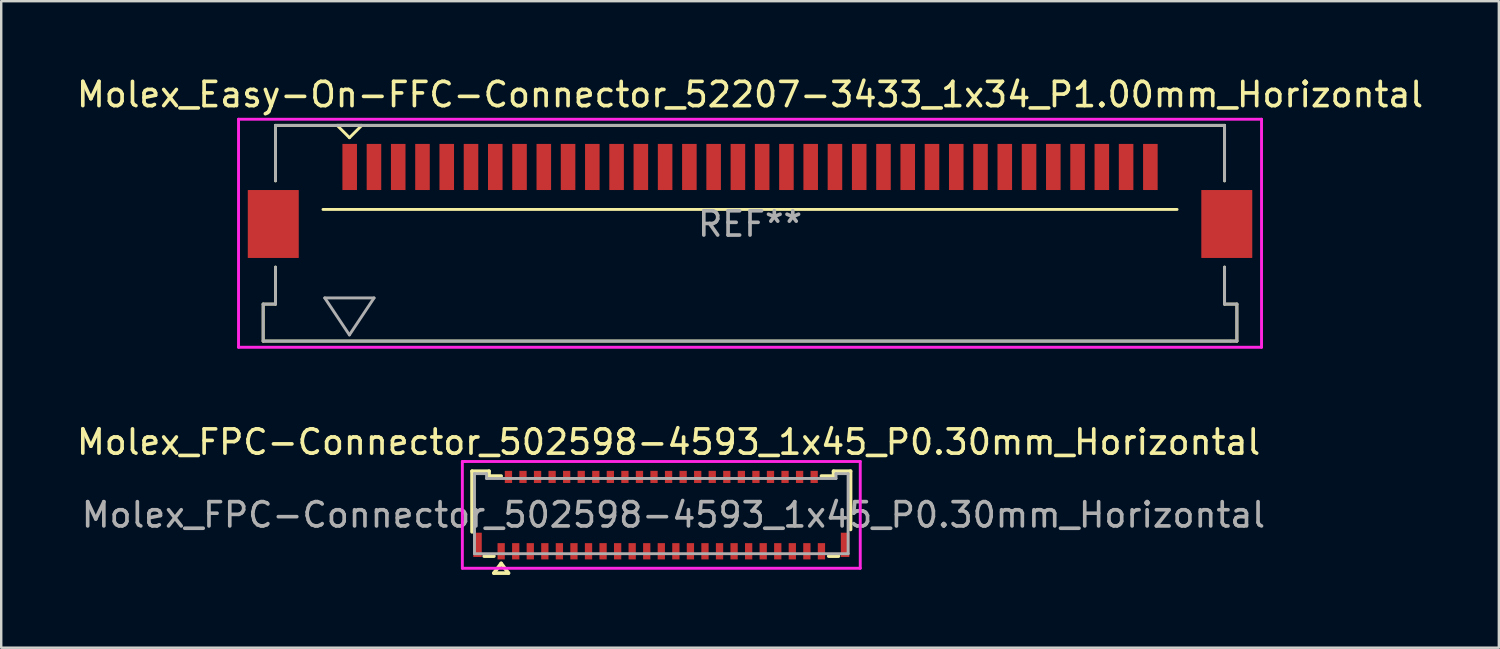
<source format=kicad_pcb>
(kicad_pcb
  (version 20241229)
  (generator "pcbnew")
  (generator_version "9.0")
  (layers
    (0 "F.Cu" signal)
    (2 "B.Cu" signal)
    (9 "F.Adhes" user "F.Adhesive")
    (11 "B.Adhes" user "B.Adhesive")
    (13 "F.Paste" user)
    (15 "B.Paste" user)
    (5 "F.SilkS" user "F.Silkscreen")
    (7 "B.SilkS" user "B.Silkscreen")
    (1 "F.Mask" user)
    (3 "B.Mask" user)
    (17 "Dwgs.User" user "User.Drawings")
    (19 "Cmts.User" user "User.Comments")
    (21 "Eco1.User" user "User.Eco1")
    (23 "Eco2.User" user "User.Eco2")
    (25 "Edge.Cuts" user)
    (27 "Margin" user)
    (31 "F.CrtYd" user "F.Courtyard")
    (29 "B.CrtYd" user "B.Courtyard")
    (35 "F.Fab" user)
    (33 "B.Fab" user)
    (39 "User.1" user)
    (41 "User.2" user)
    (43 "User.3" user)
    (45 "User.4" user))
  (footprint "Molex_Easy-On-FFC-Connector_52207-3433_1x34_P1.00mm_Horizontal"
    (layer "F.Cu")
    (at 27.863 6.182)
    (property "Reference" "Molex_Easy-On-FFC-Connector_52207-3433_1x34_P1.00mm_Horizontal" (at 0 -5.334 0) (layer "F.SilkS") (effects (font (size 1 1) (thickness 0.15))))
    (attr smd)
    (fp_line (start -20.066 3.302) (end -19.558 3.302) (stroke (width 0.12) (type solid)) (layer "F.SilkS"))
    (fp_line (start -20.066 4.826) (end -20.066 3.302) (stroke (width 0.12) (type solid)) (layer "F.SilkS"))
    (fp_line (start -19.558 -4.064) (end 19.558 -4.064) (stroke (width 0.12) (type solid)) (layer "F.SilkS"))
    (fp_line (start -19.558 -1.778) (end -19.558 -4.064) (stroke (width 0.12) (type solid)) (layer "F.SilkS"))
    (fp_line (start -19.558 3.302) (end -19.558 1.778) (stroke (width 0.12) (type solid)) (layer "F.SilkS"))
    (fp_line (start -17.6 -0.6) (end 17.6 -0.6) (stroke (width 0.12) (type solid)) (layer "F.SilkS"))
    (fp_line (start -17.018 -4.064) (end -16.51 -3.556) (stroke (width 0.12) (type solid)) (layer "F.SilkS"))
    (fp_line (start -16.51 -3.556) (end -16.002 -4.064) (stroke (width 0.12) (type solid)) (layer "F.SilkS"))
    (fp_line (start -16.002 -4.064) (end -17.018 -4.064) (stroke (width 0.12) (type solid)) (layer "F.SilkS"))
    (fp_line (start 19.558 -1.778) (end 19.558 -4.064) (stroke (width 0.12) (type solid)) (layer "F.SilkS"))
    (fp_line (start 19.558 3.302) (end 19.558 1.778) (stroke (width 0.12) (type solid)) (layer "F.SilkS"))
    (fp_line (start 19.558 3.302) (end 20.066 3.302) (stroke (width 0.12) (type solid)) (layer "F.SilkS"))
    (fp_line (start 20.066 4.826) (end -20.066 4.826) (stroke (width 0.12) (type solid)) (layer "F.SilkS"))
    (fp_line (start 20.066 4.826) (end 20.066 3.302) (stroke (width 0.12) (type solid)) (layer "F.SilkS"))
    (fp_line (start -21.082 -4.318) (end 21.082 -4.318) (stroke (width 0.12) (type solid)) (layer "F.CrtYd"))
    (fp_line (start -21.082 5.08) (end -21.082 -4.318) (stroke (width 0.12) (type solid)) (layer "F.CrtYd"))
    (fp_line (start 21.082 -4.318) (end 21.082 5.08) (stroke (width 0.12) (type solid)) (layer "F.CrtYd"))
    (fp_line (start 21.082 5.08) (end -21.082 5.08) (stroke (width 0.12) (type solid)) (layer "F.CrtYd"))
    (fp_line (start -20.066 3.302) (end -20.066 4.826) (stroke (width 0.12) (type solid)) (layer "F.Fab"))
    (fp_line (start -20.066 4.826) (end 19.812 4.826) (stroke (width 0.12) (type solid)) (layer "F.Fab"))
    (fp_line (start -19.558 -4.064) (end 19.558 -4.064) (stroke (width 0.12) (type solid)) (layer "F.Fab"))
    (fp_line (start -19.558 -1.778) (end -19.558 -4.064) (stroke (width 0.12) (type solid)) (layer "F.Fab"))
    (fp_line (start -19.558 1.778) (end -19.558 3.302) (stroke (width 0.12) (type solid)) (layer "F.Fab"))
    (fp_line (start -19.558 3.302) (end -20.066 3.302) (stroke (width 0.12) (type solid)) (layer "F.Fab"))
    (fp_line (start -17.528 3.048) (end -15.496 3.048) (stroke (width 0.12) (type solid)) (layer "F.Fab"))
    (fp_line (start -16.512 4.572) (end -17.528 3.048) (stroke (width 0.12) (type solid)) (layer "F.Fab"))
    (fp_line (start -15.496 3.048) (end -16.512 4.572) (stroke (width 0.12) (type solid)) (layer "F.Fab"))
    (fp_line (start 19.558 -4.064) (end 19.558 -1.778) (stroke (width 0.12) (type solid)) (layer "F.Fab"))
    (fp_line (start 19.558 3.302) (end 19.558 1.778) (stroke (width 0.12) (type solid)) (layer "F.Fab"))
    (fp_line (start 19.812 4.826) (end 20.066 4.826) (stroke (width 0.12) (type solid)) (layer "F.Fab"))
    (fp_line (start 20.066 3.302) (end 19.558 3.302) (stroke (width 0.12) (type solid)) (layer "F.Fab"))
    (fp_line (start 20.066 4.826) (end 20.066 3.302) (stroke (width 0.12) (type solid)) (layer "F.Fab"))
    (fp_text user "REF**" (at 0 0 0) (layer "F.Fab") (effects (font (size 1 1) (thickness 0.15))))
    (pad "1" smd rect (at -16.5 -2.35) (size 0.6 1.9) (layers "F.Cu" "F.Mask" "F.Paste"))
    (pad "2" smd rect (at -15.5 -2.35) (size 0.6 1.9) (layers "F.Cu" "F.Mask" "F.Paste"))
    (pad "3" smd rect (at -14.5 -2.35) (size 0.6 1.9) (layers "F.Cu" "F.Mask" "F.Paste"))
    (pad "4" smd rect (at -13.5 -2.35) (size 0.6 1.9) (layers "F.Cu" "F.Mask" "F.Paste"))
    (pad "5" smd rect (at -12.5 -2.35) (size 0.6 1.9) (layers "F.Cu" "F.Mask" "F.Paste"))
    (pad "6" smd rect (at -11.5 -2.35) (size 0.6 1.9) (layers "F.Cu" "F.Mask" "F.Paste"))
    (pad "7" smd rect (at -10.5 -2.35) (size 0.6 1.9) (layers "F.Cu" "F.Mask" "F.Paste"))
    (pad "8" smd rect (at -9.5 -2.35) (size 0.6 1.9) (layers "F.Cu" "F.Mask" "F.Paste"))
    (pad "9" smd rect (at -8.5 -2.35) (size 0.6 1.9) (layers "F.Cu" "F.Mask" "F.Paste"))
    (pad "10" smd rect (at -7.5 -2.35) (size 0.6 1.9) (layers "F.Cu" "F.Mask" "F.Paste"))
    (pad "11" smd rect (at -6.5 -2.35) (size 0.6 1.9) (layers "F.Cu" "F.Mask" "F.Paste"))
    (pad "12" smd rect (at -5.5 -2.35) (size 0.6 1.9) (layers "F.Cu" "F.Mask" "F.Paste"))
    (pad "13" smd rect (at -4.5 -2.35) (size 0.6 1.9) (layers "F.Cu" "F.Mask" "F.Paste"))
    (pad "14" smd rect (at -3.5 -2.35) (size 0.6 1.9) (layers "F.Cu" "F.Mask" "F.Paste"))
    (pad "15" smd rect (at -2.5 -2.35) (size 0.6 1.9) (layers "F.Cu" "F.Mask" "F.Paste"))
    (pad "16" smd rect (at -1.5 -2.35) (size 0.6 1.9) (layers "F.Cu" "F.Mask" "F.Paste"))
    (pad "17" smd rect (at -0.5 -2.35) (size 0.6 1.9) (layers "F.Cu" "F.Mask" "F.Paste"))
    (pad "18" smd rect (at 0.5 -2.35) (size 0.6 1.9) (layers "F.Cu" "F.Mask" "F.Paste"))
    (pad "19" smd rect (at 1.5 -2.35) (size 0.6 1.9) (layers "F.Cu" "F.Mask" "F.Paste"))
    (pad "20" smd rect (at 2.5 -2.35) (size 0.6 1.9) (layers "F.Cu" "F.Mask" "F.Paste"))
    (pad "21" smd rect (at 3.5 -2.35) (size 0.6 1.9) (layers "F.Cu" "F.Mask" "F.Paste"))
    (pad "22" smd rect (at 4.5 -2.35) (size 0.6 1.9) (layers "F.Cu" "F.Mask" "F.Paste"))
    (pad "23" smd rect (at 5.5 -2.35) (size 0.6 1.9) (layers "F.Cu" "F.Mask" "F.Paste"))
    (pad "24" smd rect (at 6.5 -2.35) (size 0.6 1.9) (layers "F.Cu" "F.Mask" "F.Paste"))
    (pad "25" smd rect (at 7.5 -2.35) (size 0.6 1.9) (layers "F.Cu" "F.Mask" "F.Paste"))
    (pad "26" smd rect (at 8.5 -2.35) (size 0.6 1.9) (layers "F.Cu" "F.Mask" "F.Paste"))
    (pad "27" smd rect (at 9.5 -2.35) (size 0.6 1.9) (layers "F.Cu" "F.Mask" "F.Paste"))
    (pad "28" smd rect (at 10.5 -2.35) (size 0.6 1.9) (layers "F.Cu" "F.Mask" "F.Paste"))
    (pad "29" smd rect (at 11.5 -2.35) (size 0.6 1.9) (layers "F.Cu" "F.Mask" "F.Paste"))
    (pad "30" smd rect (at 12.5 -2.35) (size 0.6 1.9) (layers "F.Cu" "F.Mask" "F.Paste"))
    (pad "31" smd rect (at 13.5 -2.35) (size 0.6 1.9) (layers "F.Cu" "F.Mask" "F.Paste"))
    (pad "32" smd rect (at 14.5 -2.35) (size 0.6 1.9) (layers "F.Cu" "F.Mask" "F.Paste"))
    (pad "33" smd rect (at 15.5 -2.35) (size 0.6 1.9) (layers "F.Cu" "F.Mask" "F.Paste"))
    (pad "34" smd rect (at 16.5 -2.35) (size 0.6 1.9) (layers "F.Cu" "F.Mask" "F.Paste"))
    (pad "SH" smd rect (at -19.65 0) (size 2.1 2.8) (layers "F.Cu" "F.Mask" "F.Paste"))
    (pad "SH" smd rect (at 19.65 0) (size 2.1 2.8) (layers "F.Cu" "F.Mask" "F.Paste")))
  (footprint "Molex_FPC-Connector_502598-4593_1x45_P0.30mm_Horizontal"
    (layer "F.Cu")
    (at 17.606 19.671)
    (property "Reference" "Molex_FPC-Connector_502598-4593_1x45_P0.30mm_Horizontal" (at 6.9 -4.5 0) (layer "F.SilkS") (effects (font (size 1 1) (thickness 0.15))))
    (attr through_hole)
    (fp_line (start -1.2 -3.3) (end -0.5 -3.3) (stroke (width 0.15) (type solid)) (layer "F.SilkS"))
    (fp_line (start -1.2 -0.8) (end -1.2 -3.3) (stroke (width 0.15) (type solid)) (layer "F.SilkS"))
    (fp_line (start -0.7 0.2) (end -0.3 0.2) (stroke (width 0.15) (type solid)) (layer "F.SilkS"))
    (fp_line (start -0.5 -3.3) (end -0.5 -3.1) (stroke (width 0.15) (type solid)) (layer "F.SilkS"))
    (fp_line (start -0.5 -3.1) (end 0 -3.1) (stroke (width 0.15) (type solid)) (layer "F.SilkS"))
    (fp_line (start -0.3 0.9) (end 0.3 0.9) (stroke (width 0.15) (type solid)) (layer "F.SilkS"))
    (fp_line (start 0 0.5) (end -0.3 0.9) (stroke (width 0.15) (type solid)) (layer "F.SilkS"))
    (fp_line (start 0.3 0.9) (end 0 0.5) (stroke (width 0.15) (type solid)) (layer "F.SilkS"))
    (fp_line (start 13.5 0.2) (end 13.9 0.2) (stroke (width 0.15) (type solid)) (layer "F.SilkS"))
    (fp_line (start 13.7 -3.3) (end 13.7 -3.1) (stroke (width 0.15) (type solid)) (layer "F.SilkS"))
    (fp_line (start 13.7 -3.1) (end 13.2 -3.1) (stroke (width 0.15) (type solid)) (layer "F.SilkS"))
    (fp_line (start 14.4 -3.3) (end 13.7 -3.3) (stroke (width 0.15) (type solid)) (layer "F.SilkS"))
    (fp_line (start 14.4 -0.9) (end 14.4 -3.3) (stroke (width 0.15) (type solid)) (layer "F.SilkS"))
    (fp_line (start -1.6 -3.7) (end -1.5 -3.7) (stroke (width 0.12) (type solid)) (layer "F.CrtYd"))
    (fp_line (start -1.6 0.7) (end -1.6 -3.7) (stroke (width 0.12) (type solid)) (layer "F.CrtYd"))
    (fp_line (start -1.5 -3.7) (end 14.8 -3.7) (stroke (width 0.12) (type solid)) (layer "F.CrtYd"))
    (fp_line (start 14.8 -3.7) (end 14.8 0.7) (stroke (width 0.12) (type solid)) (layer "F.CrtYd"))
    (fp_line (start 14.8 0.7) (end -1.6 0.7) (stroke (width 0.12) (type solid)) (layer "F.CrtYd"))
    (fp_line (start -1.1 -3.2) (end -0.6 -3.2) (stroke (width 0.12) (type solid)) (layer "F.Fab"))
    (fp_line (start -1.1 -0.8) (end -1.1 -3.2) (stroke (width 0.12) (type solid)) (layer "F.Fab"))
    (fp_line (start -1.1 0.1) (end -1.1 -0.8) (stroke (width 0.12) (type solid)) (layer "F.Fab"))
    (fp_line (start -0.6 -3.2) (end -0.6 -3) (stroke (width 0.12) (type solid)) (layer "F.Fab"))
    (fp_line (start -0.6 -3) (end 13.8 -3) (stroke (width 0.12) (type solid)) (layer "F.Fab"))
    (fp_line (start 13.8 -3.2) (end 14.3 -3.2) (stroke (width 0.12) (type solid)) (layer "F.Fab"))
    (fp_line (start 13.8 -3) (end 13.8 -3.2) (stroke (width 0.12) (type solid)) (layer "F.Fab"))
    (fp_line (start 14.3 -3.2) (end 14.3 0.1) (stroke (width 0.12) (type solid)) (layer "F.Fab"))
    (fp_line (start 14.3 0.1) (end -1.1 0.1) (stroke (width 0.12) (type solid)) (layer "F.Fab"))
    (fp_text user "${REFERENCE}" (at 7.1 -1.5 0) (layer "F.Fab") (effects (font (size 1 1) (thickness 0.15))))
    (pad "1" smd rect (at 0 0) (size 0.3 0.67) (layers "F.Cu" "F.Mask" "F.Paste"))
    (pad "2" smd rect (at 0.3 -3.065) (size 0.3 0.5) (layers "F.Cu" "F.Mask" "F.Paste"))
    (pad "3" smd rect (at 0.6 0) (size 0.3 0.67) (layers "F.Cu" "F.Mask" "F.Paste"))
    (pad "4" smd rect (at 0.9 -3.065) (size 0.3 0.5) (layers "F.Cu" "F.Mask" "F.Paste"))
    (pad "5" smd rect (at 1.2 0) (size 0.3 0.67) (layers "F.Cu" "F.Mask" "F.Paste"))
    (pad "6" smd rect (at 1.5 -3.065) (size 0.3 0.5) (layers "F.Cu" "F.Mask" "F.Paste"))
    (pad "7" smd rect (at 1.8 0) (size 0.3 0.67) (layers "F.Cu" "F.Mask" "F.Paste"))
    (pad "8" smd rect (at 2.1 -3.065) (size 0.3 0.5) (layers "F.Cu" "F.Mask" "F.Paste"))
    (pad "9" smd rect (at 2.4 0) (size 0.3 0.67) (layers "F.Cu" "F.Mask" "F.Paste"))
    (pad "10" smd rect (at 2.7 -3.065) (size 0.3 0.5) (layers "F.Cu" "F.Mask" "F.Paste"))
    (pad "11" smd rect (at 3 0) (size 0.3 0.67) (layers "F.Cu" "F.Mask" "F.Paste"))
    (pad "12" smd rect (at 3.3 -3.065) (size 0.3 0.5) (layers "F.Cu" "F.Mask" "F.Paste"))
    (pad "13" smd rect (at 3.6 0) (size 0.3 0.67) (layers "F.Cu" "F.Mask" "F.Paste"))
    (pad "14" smd rect (at 3.9 -3.065) (size 0.3 0.5) (layers "F.Cu" "F.Mask" "F.Paste"))
    (pad "15" smd rect (at 4.2 0) (size 0.3 0.67) (layers "F.Cu" "F.Mask" "F.Paste"))
    (pad "16" smd rect (at 4.5 -3.065) (size 0.3 0.5) (layers "F.Cu" "F.Mask" "F.Paste"))
    (pad "17" smd rect (at 4.8 0) (size 0.3 0.67) (layers "F.Cu" "F.Mask" "F.Paste"))
    (pad "18" smd rect (at 5.1 -3.065) (size 0.3 0.5) (layers "F.Cu" "F.Mask" "F.Paste"))
    (pad "19" smd rect (at 5.4 0) (size 0.3 0.67) (layers "F.Cu" "F.Mask" "F.Paste"))
    (pad "20" smd rect (at 5.7 -3.065) (size 0.3 0.5) (layers "F.Cu" "F.Mask" "F.Paste"))
    (pad "21" smd rect (at 6 0) (size 0.3 0.67) (layers "F.Cu" "F.Mask" "F.Paste"))
    (pad "22" smd rect (at 6.3 -3.065) (size 0.3 0.5) (layers "F.Cu" "F.Mask" "F.Paste"))
    (pad "23" smd rect (at 6.6 0) (size 0.3 0.67) (layers "F.Cu" "F.Mask" "F.Paste"))
    (pad "24" smd rect (at 6.9 -3.065) (size 0.3 0.5) (layers "F.Cu" "F.Mask" "F.Paste"))
    (pad "25" smd rect (at 7.2 0) (size 0.3 0.67) (layers "F.Cu" "F.Mask" "F.Paste"))
    (pad "26" smd rect (at 7.5 -3.065) (size 0.3 0.5) (layers "F.Cu" "F.Mask" "F.Paste"))
    (pad "27" smd rect (at 7.8 0) (size 0.3 0.67) (layers "F.Cu" "F.Mask" "F.Paste"))
    (pad "28" smd rect (at 8.1 -3.065) (size 0.3 0.5) (layers "F.Cu" "F.Mask" "F.Paste"))
    (pad "29" smd rect (at 8.4 0) (size 0.3 0.67) (layers "F.Cu" "F.Mask" "F.Paste"))
    (pad "30" smd rect (at 8.7 -3.065) (size 0.3 0.5) (layers "F.Cu" "F.Mask" "F.Paste"))
    (pad "31" smd rect (at 9 0) (size 0.3 0.67) (layers "F.Cu" "F.Mask" "F.Paste"))
    (pad "32" smd rect (at 9.3 -3.065) (size 0.3 0.5) (layers "F.Cu" "F.Mask" "F.Paste"))
    (pad "33" smd rect (at 9.6 0) (size 0.3 0.67) (layers "F.Cu" "F.Mask" "F.Paste"))
    (pad "34" smd rect (at 9.9 -3.065) (size 0.3 0.5) (layers "F.Cu" "F.Mask" "F.Paste"))
    (pad "35" smd rect (at 10.2 0) (size 0.3 0.67) (layers "F.Cu" "F.Mask" "F.Paste"))
    (pad "36" smd rect (at 10.5 -3.065) (size 0.3 0.5) (layers "F.Cu" "F.Mask" "F.Paste"))
    (pad "37" smd rect (at 10.8 0) (size 0.3 0.67) (layers "F.Cu" "F.Mask" "F.Paste"))
    (pad "38" smd rect (at 11.1 -3.065) (size 0.3 0.5) (layers "F.Cu" "F.Mask" "F.Paste"))
    (pad "39" smd rect (at 11.4 0) (size 0.3 0.67) (layers "F.Cu" "F.Mask" "F.Paste"))
    (pad "40" smd rect (at 11.7 -3.065) (size 0.3 0.5) (layers "F.Cu" "F.Mask" "F.Paste"))
    (pad "41" smd rect (at 12 0) (size 0.3 0.67) (layers "F.Cu" "F.Mask" "F.Paste"))
    (pad "42" smd rect (at 12.3 -3.065) (size 0.3 0.5) (layers "F.Cu" "F.Mask" "F.Paste"))
    (pad "43" smd rect (at 12.6 0) (size 0.3 0.67) (layers "F.Cu" "F.Mask" "F.Paste"))
    (pad "44" smd rect (at 12.9 -3.065) (size 0.3 0.5) (layers "F.Cu" "F.Mask" "F.Paste"))
    (pad "45" smd rect (at 13.2 0) (size 0.3 0.67) (layers "F.Cu" "F.Mask" "F.Paste"))
    (pad "SH" smd rect (at -0.975 -0.265) (size 0.35 1) (layers "F.Cu" "F.Mask" "F.Paste"))
    (pad "SH" smd rect (at 14.175 -0.265) (size 0.35 1) (layers "F.Cu" "F.Mask" "F.Paste")))
  (gr_rect
    (start -3 -3)
    (end 58.726 23.645)
    (stroke (width 0.1) (type default))
    (fill no)
    (layer "Edge.Cuts")))
</source>
